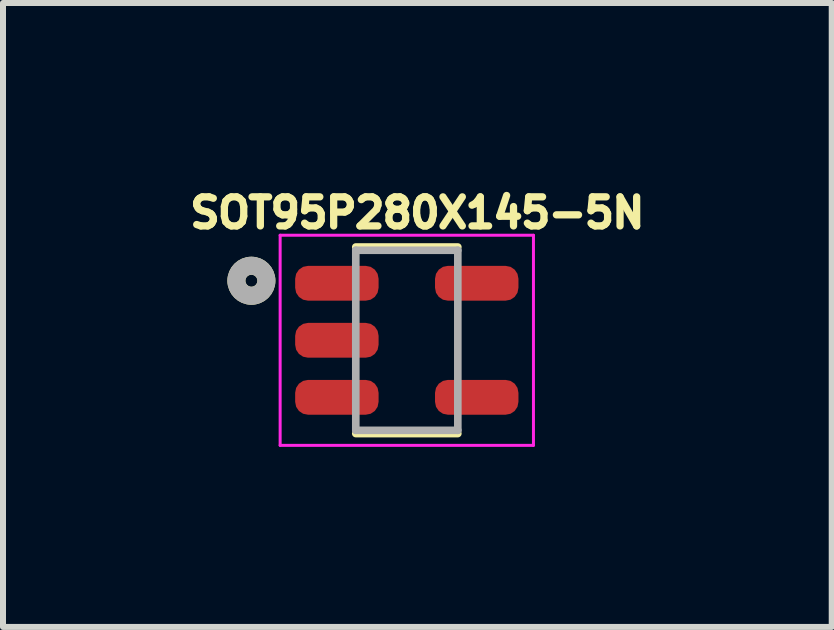
<source format=kicad_pcb>
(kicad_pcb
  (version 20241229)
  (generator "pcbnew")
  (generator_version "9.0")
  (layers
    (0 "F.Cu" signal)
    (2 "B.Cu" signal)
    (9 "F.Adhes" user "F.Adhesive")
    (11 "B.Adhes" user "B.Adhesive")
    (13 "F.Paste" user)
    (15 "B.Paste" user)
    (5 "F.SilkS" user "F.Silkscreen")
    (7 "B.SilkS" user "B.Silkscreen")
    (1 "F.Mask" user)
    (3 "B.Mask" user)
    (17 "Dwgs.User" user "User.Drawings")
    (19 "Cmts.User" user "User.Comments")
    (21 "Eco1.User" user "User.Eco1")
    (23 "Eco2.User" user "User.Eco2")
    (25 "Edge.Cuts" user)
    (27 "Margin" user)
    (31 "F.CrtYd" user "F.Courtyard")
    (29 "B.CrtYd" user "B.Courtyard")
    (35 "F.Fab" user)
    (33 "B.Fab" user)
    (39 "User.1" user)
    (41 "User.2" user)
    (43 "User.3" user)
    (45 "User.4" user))
  (footprint "SOT95P280X145-5N"
    (layer "F.Cu")
    (at 3.727 2.619)
    (property "Reference" "SOT95P280X145-5N" (at 0.176 -2.123 0) (layer "F.SilkS") (effects (font (size 0.484 0.484) (thickness 0.15))))
    (attr through_hole)
    (fp_line (start -0.85 1.554) (end 0.85 1.554) (stroke (width 0.127) (type solid)) (layer "F.SilkS"))
    (fp_line (start 0.85 -1.554) (end -0.85 -1.554) (stroke (width 0.127) (type solid)) (layer "F.SilkS"))
    (fp_circle (center -2.589 -0.992) (end -2.489 -0.992) (stroke (width 0.3) (type solid)) (fill no) (layer "F.SilkS"))
    (fp_line (start -2.11 -1.75) (end -2.11 1.75) (stroke (width 0.05) (type solid)) (layer "F.CrtYd"))
    (fp_line (start -2.11 1.75) (end 2.11 1.75) (stroke (width 0.05) (type solid)) (layer "F.CrtYd"))
    (fp_line (start 2.11 -1.75) (end -2.11 -1.75) (stroke (width 0.05) (type solid)) (layer "F.CrtYd"))
    (fp_line (start 2.11 1.75) (end 2.11 -1.75) (stroke (width 0.05) (type solid)) (layer "F.CrtYd"))
    (fp_line (start -0.85 -1.5) (end -0.85 1.5) (stroke (width 0.127) (type solid)) (layer "F.Fab"))
    (fp_line (start -0.85 1.5) (end 0.85 1.5) (stroke (width 0.127) (type solid)) (layer "F.Fab"))
    (fp_line (start 0.85 -1.5) (end -0.85 -1.5) (stroke (width 0.127) (type solid)) (layer "F.Fab"))
    (fp_line (start 0.85 1.5) (end 0.85 -1.5) (stroke (width 0.127) (type solid)) (layer "F.Fab"))
    (fp_circle (center -2.589 -0.992) (end -2.489 -0.992) (stroke (width 0.3) (type solid)) (fill no) (layer "F.Fab"))
    (pad "1" smd roundrect (at -1.165 -0.95 90) (size 0.58 1.39) (layers "F.Cu" "F.Mask" "F.Paste") (roundrect_rratio 0.37))
    (pad "2" smd roundrect (at -1.165 0 90) (size 0.58 1.39) (layers "F.Cu" "F.Mask" "F.Paste") (roundrect_rratio 0.37))
    (pad "3" smd roundrect (at -1.165 0.95 90) (size 0.58 1.39) (layers "F.Cu" "F.Mask" "F.Paste") (roundrect_rratio 0.37))
    (pad "4" smd roundrect (at 1.165 0.95 90) (size 0.58 1.39) (layers "F.Cu" "F.Mask" "F.Paste") (roundrect_rratio 0.37))
    (pad "5" smd roundrect (at 1.165 -0.95 90) (size 0.58 1.39) (layers "F.Cu" "F.Mask" "F.Paste") (roundrect_rratio 0.37)))
  (gr_rect
    (start -3 -3)
    (end 10.806 7.394)
    (stroke (width 0.1) (type default))
    (fill no)
    (layer "Edge.Cuts")))
</source>
